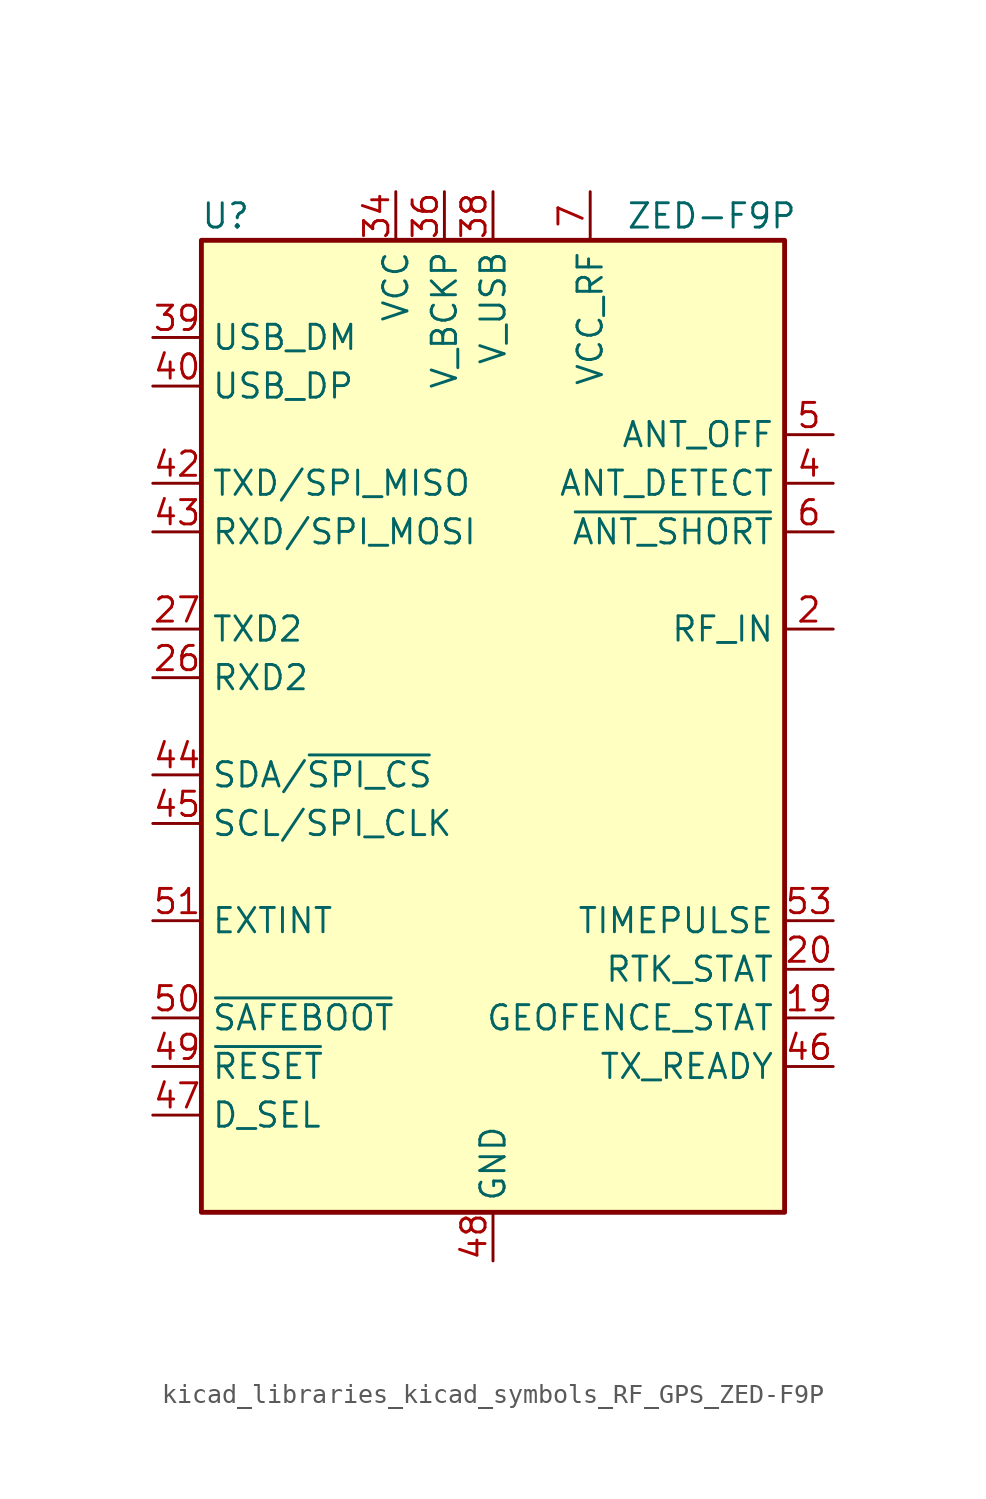
<source format=kicad_sym>
(kicad_symbol_lib
  (version 20220914)
  (generator kicad_symbol_editor)
  (symbol "kicad_libraries_kicad_symbols_RF_GPS_ZED-F9P"
    (property "Reference" "U"
      (at -13.97 26.67 0)
      (effects (font (size 1.27 1.27))))
    (property "Value" "ZED-F9P"
      (at 11.43 26.67 0)
      (effects (font (size 1.27 1.27))))
    (symbol "kicad_libraries_kicad_symbols_RF_GPS_ZED-F9P_0_1"
      (rectangle (start -15.24 25.4) (end 15.24 -25.4) (stroke (width 0.254) (type default)) (fill (type background))))
    (symbol "kicad_libraries_kicad_symbols_RF_GPS_ZED-F9P_1_1"
      (pin passive line (at 0 -27.94 90) (length 2.54) hide (name "GND" (effects (font (size 1.27 1.27)))) (number "1" (effects (font (size 1.27 1.27)))))
      (pin no_connect line (at -15.24 7.62 0) (length 2.54) hide (name "Reserved" (effects (font (size 1.27 1.27)))) (number "10" (effects (font (size 1.27 1.27)))))
      (pin no_connect line (at -15.24 0 0) (length 2.54) hide (name "Reserved" (effects (font (size 1.27 1.27)))) (number "11" (effects (font (size 1.27 1.27)))))
      (pin passive line (at 0 -27.94 90) (length 2.54) hide (name "GND" (effects (font (size 1.27 1.27)))) (number "12" (effects (font (size 1.27 1.27)))))
      (pin no_connect line (at -15.24 -7.62 0) (length 2.54) hide (name "Reserved" (effects (font (size 1.27 1.27)))) (number "13" (effects (font (size 1.27 1.27)))))
      (pin passive line (at 0 -27.94 90) (length 2.54) hide (name "GND" (effects (font (size 1.27 1.27)))) (number "14" (effects (font (size 1.27 1.27)))))
      (pin no_connect line (at -15.24 -12.7 0) (length 2.54) hide (name "Reserved" (effects (font (size 1.27 1.27)))) (number "15" (effects (font (size 1.27 1.27)))))
      (pin no_connect line (at -7.62 -25.4 90) (length 2.54) hide (name "Reserved" (effects (font (size 1.27 1.27)))) (number "16" (effects (font (size 1.27 1.27)))))
      (pin no_connect line (at -5.08 -25.4 90) (length 2.54) hide (name "Reserved" (effects (font (size 1.27 1.27)))) (number "17" (effects (font (size 1.27 1.27)))))
      (pin no_connect line (at -2.54 -25.4 90) (length 2.54) hide (name "Reserved" (effects (font (size 1.27 1.27)))) (number "18" (effects (font (size 1.27 1.27)))))
      (pin output line (at 17.78 -15.24 180) (length 2.54) (name "GEOFENCE_STAT" (effects (font (size 1.27 1.27)))) (number "19" (effects (font (size 1.27 1.27)))))
      (pin input line (at 17.78 5.08 180) (length 2.54) (name "RF_IN" (effects (font (size 1.27 1.27)))) (number "2" (effects (font (size 1.27 1.27)))))
      (pin output line (at 17.78 -12.7 180) (length 2.54) (name "RTK_STAT" (effects (font (size 1.27 1.27)))) (number "20" (effects (font (size 1.27 1.27)))))
      (pin no_connect line (at 2.54 -25.4 90) (length 2.54) hide (name "Reserved" (effects (font (size 1.27 1.27)))) (number "21" (effects (font (size 1.27 1.27)))))
      (pin no_connect line (at 5.08 -25.4 90) (length 2.54) hide (name "Reserved" (effects (font (size 1.27 1.27)))) (number "22" (effects (font (size 1.27 1.27)))))
      (pin no_connect line (at 7.62 -25.4 90) (length 2.54) hide (name "Reserved" (effects (font (size 1.27 1.27)))) (number "23" (effects (font (size 1.27 1.27)))))
      (pin no_connect line (at 15.24 -7.62 180) (length 2.54) hide (name "Reserved" (effects (font (size 1.27 1.27)))) (number "24" (effects (font (size 1.27 1.27)))))
      (pin no_connect line (at 15.24 -5.08 180) (length 2.54) hide (name "Reserved" (effects (font (size 1.27 1.27)))) (number "25" (effects (font (size 1.27 1.27)))))
      (pin input line (at -17.78 2.54 0) (length 2.54) (name "RXD2" (effects (font (size 1.27 1.27)))) (number "26" (effects (font (size 1.27 1.27)))))
      (pin output line (at -17.78 5.08 0) (length 2.54) (name "TXD2" (effects (font (size 1.27 1.27)))) (number "27" (effects (font (size 1.27 1.27)))))
      (pin no_connect line (at 15.24 -2.54 180) (length 2.54) hide (name "Reserved" (effects (font (size 1.27 1.27)))) (number "28" (effects (font (size 1.27 1.27)))))
      (pin no_connect line (at 15.24 0 180) (length 2.54) hide (name "Reserved" (effects (font (size 1.27 1.27)))) (number "29" (effects (font (size 1.27 1.27)))))
      (pin passive line (at 0 -27.94 90) (length 2.54) hide (name "GND" (effects (font (size 1.27 1.27)))) (number "3" (effects (font (size 1.27 1.27)))))
      (pin no_connect line (at 15.24 2.54 180) (length 2.54) hide (name "Reserved" (effects (font (size 1.27 1.27)))) (number "30" (effects (font (size 1.27 1.27)))))
      (pin no_connect line (at 15.24 7.62 180) (length 2.54) hide (name "Reserved" (effects (font (size 1.27 1.27)))) (number "31" (effects (font (size 1.27 1.27)))))
      (pin passive line (at 0 -27.94 90) (length 2.54) hide (name "GND" (effects (font (size 1.27 1.27)))) (number "32" (effects (font (size 1.27 1.27)))))
      (pin passive line (at -5.08 27.94 270) (length 2.54) hide (name "VCC" (effects (font (size 1.27 1.27)))) (number "33" (effects (font (size 1.27 1.27)))))
      (pin power_in line (at -5.08 27.94 270) (length 2.54) (name "VCC" (effects (font (size 1.27 1.27)))) (number "34" (effects (font (size 1.27 1.27)))))
      (pin no_connect line (at 15.24 17.78 180) (length 2.54) hide (name "Reserved" (effects (font (size 1.27 1.27)))) (number "35" (effects (font (size 1.27 1.27)))))
      (pin power_in line (at -2.54 27.94 270) (length 2.54) (name "V_BCKP" (effects (font (size 1.27 1.27)))) (number "36" (effects (font (size 1.27 1.27)))))
      (pin passive line (at 0 -27.94 90) (length 2.54) hide (name "GND" (effects (font (size 1.27 1.27)))) (number "37" (effects (font (size 1.27 1.27)))))
      (pin power_in line (at 0 27.94 270) (length 2.54) (name "V_USB" (effects (font (size 1.27 1.27)))) (number "38" (effects (font (size 1.27 1.27)))))
      (pin bidirectional line (at -17.78 20.32 0) (length 2.54) (name "USB_DM" (effects (font (size 1.27 1.27)))) (number "39" (effects (font (size 1.27 1.27)))))
      (pin input line (at 17.78 12.7 180) (length 2.54) (name "ANT_DETECT" (effects (font (size 1.27 1.27)))) (number "4" (effects (font (size 1.27 1.27)))))
      (pin bidirectional line (at -17.78 17.78 0) (length 2.54) (name "USB_DP" (effects (font (size 1.27 1.27)))) (number "40" (effects (font (size 1.27 1.27)))))
      (pin passive line (at 0 -27.94 90) (length 2.54) hide (name "GND" (effects (font (size 1.27 1.27)))) (number "41" (effects (font (size 1.27 1.27)))))
      (pin output line (at -17.78 12.7 0) (length 2.54) (name "TXD/SPI_MISO" (effects (font (size 1.27 1.27)))) (number "42" (effects (font (size 1.27 1.27)))))
      (pin input line (at -17.78 10.16 0) (length 2.54) (name "RXD/SPI_MOSI" (effects (font (size 1.27 1.27)))) (number "43" (effects (font (size 1.27 1.27)))))
      (pin bidirectional line (at -17.78 -2.54 0) (length 2.54) (name "SDA/~{SPI_CS}" (effects (font (size 1.27 1.27)))) (number "44" (effects (font (size 1.27 1.27)))))
      (pin bidirectional line (at -17.78 -5.08 0) (length 2.54) (name "SCL/SPI_CLK" (effects (font (size 1.27 1.27)))) (number "45" (effects (font (size 1.27 1.27)))))
      (pin output line (at 17.78 -17.78 180) (length 2.54) (name "TX_READY" (effects (font (size 1.27 1.27)))) (number "46" (effects (font (size 1.27 1.27)))))
      (pin input line (at -17.78 -20.32 0) (length 2.54) (name "D_SEL" (effects (font (size 1.27 1.27)))) (number "47" (effects (font (size 1.27 1.27)))))
      (pin power_in line (at 0 -27.94 90) (length 2.54) (name "GND" (effects (font (size 1.27 1.27)))) (number "48" (effects (font (size 1.27 1.27)))))
      (pin input line (at -17.78 -17.78 0) (length 2.54) (name "~{RESET}" (effects (font (size 1.27 1.27)))) (number "49" (effects (font (size 1.27 1.27)))))
      (pin output line (at 17.78 15.24 180) (length 2.54) (name "ANT_OFF" (effects (font (size 1.27 1.27)))) (number "5" (effects (font (size 1.27 1.27)))))
      (pin input line (at -17.78 -15.24 0) (length 2.54) (name "~{SAFEBOOT}" (effects (font (size 1.27 1.27)))) (number "50" (effects (font (size 1.27 1.27)))))
      (pin input line (at -17.78 -10.16 0) (length 2.54) (name "EXTINT" (effects (font (size 1.27 1.27)))) (number "51" (effects (font (size 1.27 1.27)))))
      (pin no_connect line (at 15.24 20.32 180) (length 2.54) hide (name "Reserved" (effects (font (size 1.27 1.27)))) (number "52" (effects (font (size 1.27 1.27)))))
      (pin output line (at 17.78 -10.16 180) (length 2.54) (name "TIMEPULSE" (effects (font (size 1.27 1.27)))) (number "53" (effects (font (size 1.27 1.27)))))
      (pin no_connect line (at 15.24 22.86 180) (length 2.54) hide (name "Reserved" (effects (font (size 1.27 1.27)))) (number "54" (effects (font (size 1.27 1.27)))))
      (pin passive line (at 0 -27.94 90) (length 2.54) hide (name "GND" (effects (font (size 1.27 1.27)))) (number "55" (effects (font (size 1.27 1.27)))))
      (pin input line (at 17.78 10.16 180) (length 2.54) (name "~{ANT_SHORT}" (effects (font (size 1.27 1.27)))) (number "6" (effects (font (size 1.27 1.27)))))
      (pin power_out line (at 5.08 27.94 270) (length 2.54) (name "VCC_RF" (effects (font (size 1.27 1.27)))) (number "7" (effects (font (size 1.27 1.27)))))
      (pin no_connect line (at -15.24 22.86 0) (length 2.54) hide (name "Reserved" (effects (font (size 1.27 1.27)))) (number "8" (effects (font (size 1.27 1.27)))))
      (pin no_connect line (at -15.24 15.24 0) (length 2.54) hide (name "Reserved" (effects (font (size 1.27 1.27)))) (number "9" (effects (font (size 1.27 1.27))))))))
</source>
